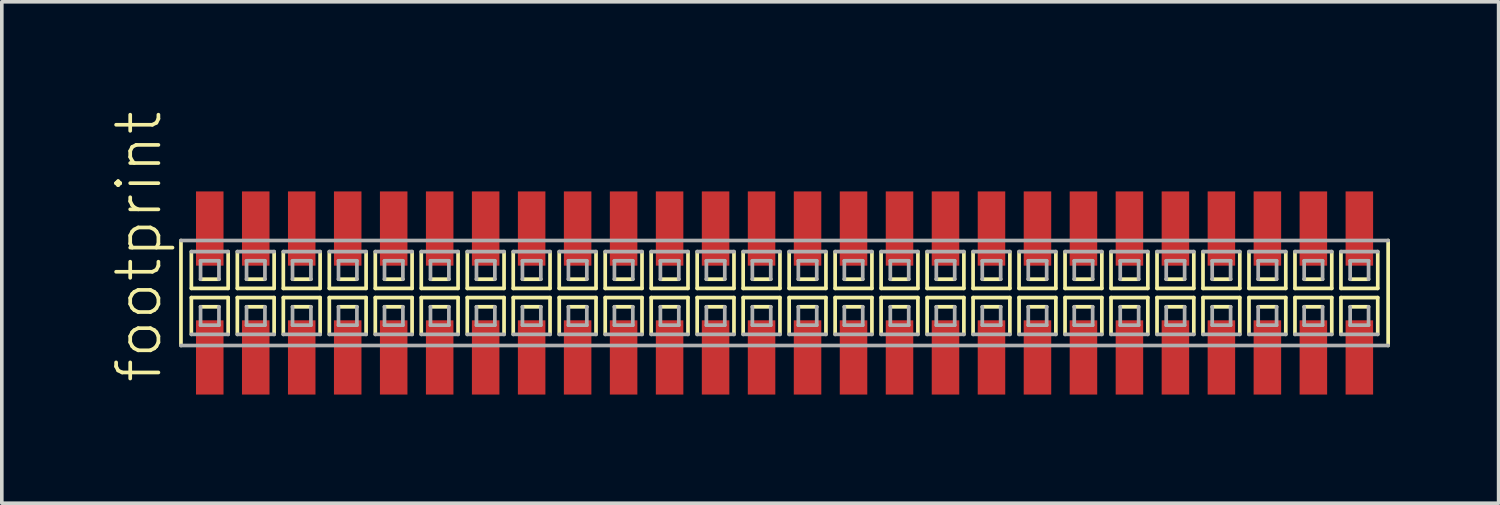
<source format=kicad_pcb>
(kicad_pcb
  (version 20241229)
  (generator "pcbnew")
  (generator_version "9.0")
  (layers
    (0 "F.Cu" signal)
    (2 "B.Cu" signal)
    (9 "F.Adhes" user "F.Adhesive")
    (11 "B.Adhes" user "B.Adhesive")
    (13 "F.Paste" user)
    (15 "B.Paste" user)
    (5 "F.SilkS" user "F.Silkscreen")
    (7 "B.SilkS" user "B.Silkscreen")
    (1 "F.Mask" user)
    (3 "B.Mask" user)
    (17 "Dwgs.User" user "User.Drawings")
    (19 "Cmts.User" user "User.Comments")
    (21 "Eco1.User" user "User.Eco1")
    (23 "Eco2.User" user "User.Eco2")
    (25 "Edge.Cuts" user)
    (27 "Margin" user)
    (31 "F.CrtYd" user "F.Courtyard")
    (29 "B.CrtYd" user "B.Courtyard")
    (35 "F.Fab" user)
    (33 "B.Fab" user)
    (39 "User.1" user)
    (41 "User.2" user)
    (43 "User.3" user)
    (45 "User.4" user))
  (footprint "footprint"
    (layer "F.Cu")
    (at 18.618 5.042)
    (property "Reference" "footprint" (at -17.145 2.54 90) (layer "F.SilkS") (effects (font (size 1.168 1.168) (thickness 0.102)) (justify left bottom)))
    (fp_line (start -16.67 -1.45) (end -16.67 1.45) (stroke (width 0.102) (type solid)) (layer "F.SilkS"))
    (fp_line (start -16.383 -1.143) (end -16.383 -0.127) (stroke (width 0.102) (type solid)) (layer "F.SilkS"))
    (fp_line (start -16.383 -0.127) (end -15.367 -0.127) (stroke (width 0.102) (type solid)) (layer "F.SilkS"))
    (fp_line (start -16.383 0.127) (end -16.383 1.143) (stroke (width 0.102) (type solid)) (layer "F.SilkS"))
    (fp_line (start -16.129 -0.381) (end -15.621 -0.381) (stroke (width 0.102) (type solid)) (layer "F.SilkS"))
    (fp_line (start -15.621 0.381) (end -16.129 0.381) (stroke (width 0.102) (type solid)) (layer "F.SilkS"))
    (fp_line (start -15.367 -0.127) (end -15.367 -1.143) (stroke (width 0.102) (type solid)) (layer "F.SilkS"))
    (fp_line (start -15.367 0.127) (end -16.383 0.127) (stroke (width 0.102) (type solid)) (layer "F.SilkS"))
    (fp_line (start -15.367 1.143) (end -15.367 0.127) (stroke (width 0.102) (type solid)) (layer "F.SilkS"))
    (fp_line (start -15.113 -1.143) (end -15.113 -0.127) (stroke (width 0.102) (type solid)) (layer "F.SilkS"))
    (fp_line (start -15.113 -0.127) (end -14.097 -0.127) (stroke (width 0.102) (type solid)) (layer "F.SilkS"))
    (fp_line (start -15.113 0.127) (end -15.113 1.143) (stroke (width 0.102) (type solid)) (layer "F.SilkS"))
    (fp_line (start -14.859 -0.381) (end -14.351 -0.381) (stroke (width 0.102) (type solid)) (layer "F.SilkS"))
    (fp_line (start -14.351 0.381) (end -14.859 0.381) (stroke (width 0.102) (type solid)) (layer "F.SilkS"))
    (fp_line (start -14.097 -0.127) (end -14.097 -1.143) (stroke (width 0.102) (type solid)) (layer "F.SilkS"))
    (fp_line (start -14.097 0.127) (end -15.113 0.127) (stroke (width 0.102) (type solid)) (layer "F.SilkS"))
    (fp_line (start -14.097 1.143) (end -14.097 0.127) (stroke (width 0.102) (type solid)) (layer "F.SilkS"))
    (fp_line (start -13.843 -1.143) (end -13.843 -0.127) (stroke (width 0.102) (type solid)) (layer "F.SilkS"))
    (fp_line (start -13.843 -0.127) (end -12.827 -0.127) (stroke (width 0.102) (type solid)) (layer "F.SilkS"))
    (fp_line (start -13.843 0.127) (end -13.843 1.143) (stroke (width 0.102) (type solid)) (layer "F.SilkS"))
    (fp_line (start -13.589 -0.381) (end -13.081 -0.381) (stroke (width 0.102) (type solid)) (layer "F.SilkS"))
    (fp_line (start -13.081 0.381) (end -13.589 0.381) (stroke (width 0.102) (type solid)) (layer "F.SilkS"))
    (fp_line (start -12.827 -0.127) (end -12.827 -1.143) (stroke (width 0.102) (type solid)) (layer "F.SilkS"))
    (fp_line (start -12.827 0.127) (end -13.843 0.127) (stroke (width 0.102) (type solid)) (layer "F.SilkS"))
    (fp_line (start -12.827 1.143) (end -12.827 0.127) (stroke (width 0.102) (type solid)) (layer "F.SilkS"))
    (fp_line (start -12.573 -1.143) (end -12.573 -0.127) (stroke (width 0.102) (type solid)) (layer "F.SilkS"))
    (fp_line (start -12.573 -0.127) (end -11.557 -0.127) (stroke (width 0.102) (type solid)) (layer "F.SilkS"))
    (fp_line (start -12.573 0.127) (end -12.573 1.143) (stroke (width 0.102) (type solid)) (layer "F.SilkS"))
    (fp_line (start -12.319 -0.381) (end -11.811 -0.381) (stroke (width 0.102) (type solid)) (layer "F.SilkS"))
    (fp_line (start -11.811 0.381) (end -12.319 0.381) (stroke (width 0.102) (type solid)) (layer "F.SilkS"))
    (fp_line (start -11.557 -0.127) (end -11.557 -1.143) (stroke (width 0.102) (type solid)) (layer "F.SilkS"))
    (fp_line (start -11.557 0.127) (end -12.573 0.127) (stroke (width 0.102) (type solid)) (layer "F.SilkS"))
    (fp_line (start -11.557 1.143) (end -11.557 0.127) (stroke (width 0.102) (type solid)) (layer "F.SilkS"))
    (fp_line (start -11.303 -1.143) (end -11.303 -0.127) (stroke (width 0.102) (type solid)) (layer "F.SilkS"))
    (fp_line (start -11.303 -0.127) (end -10.287 -0.127) (stroke (width 0.102) (type solid)) (layer "F.SilkS"))
    (fp_line (start -11.303 0.127) (end -11.303 1.143) (stroke (width 0.102) (type solid)) (layer "F.SilkS"))
    (fp_line (start -11.049 -0.381) (end -10.541 -0.381) (stroke (width 0.102) (type solid)) (layer "F.SilkS"))
    (fp_line (start -10.541 0.381) (end -11.049 0.381) (stroke (width 0.102) (type solid)) (layer "F.SilkS"))
    (fp_line (start -10.287 -0.127) (end -10.287 -1.143) (stroke (width 0.102) (type solid)) (layer "F.SilkS"))
    (fp_line (start -10.287 0.127) (end -11.303 0.127) (stroke (width 0.102) (type solid)) (layer "F.SilkS"))
    (fp_line (start -10.287 1.143) (end -10.287 0.127) (stroke (width 0.102) (type solid)) (layer "F.SilkS"))
    (fp_line (start -10.033 -1.143) (end -10.033 -0.127) (stroke (width 0.102) (type solid)) (layer "F.SilkS"))
    (fp_line (start -10.033 -0.127) (end -9.017 -0.127) (stroke (width 0.102) (type solid)) (layer "F.SilkS"))
    (fp_line (start -10.033 0.127) (end -10.033 1.143) (stroke (width 0.102) (type solid)) (layer "F.SilkS"))
    (fp_line (start -9.779 -0.381) (end -9.271 -0.381) (stroke (width 0.102) (type solid)) (layer "F.SilkS"))
    (fp_line (start -9.271 0.381) (end -9.779 0.381) (stroke (width 0.102) (type solid)) (layer "F.SilkS"))
    (fp_line (start -9.017 -0.127) (end -9.017 -1.143) (stroke (width 0.102) (type solid)) (layer "F.SilkS"))
    (fp_line (start -9.017 0.127) (end -10.033 0.127) (stroke (width 0.102) (type solid)) (layer "F.SilkS"))
    (fp_line (start -9.017 1.143) (end -9.017 0.127) (stroke (width 0.102) (type solid)) (layer "F.SilkS"))
    (fp_line (start -8.763 -1.143) (end -8.763 -0.127) (stroke (width 0.102) (type solid)) (layer "F.SilkS"))
    (fp_line (start -8.763 -0.127) (end -7.747 -0.127) (stroke (width 0.102) (type solid)) (layer "F.SilkS"))
    (fp_line (start -8.763 0.127) (end -8.763 1.143) (stroke (width 0.102) (type solid)) (layer "F.SilkS"))
    (fp_line (start -8.509 -0.381) (end -8.001 -0.381) (stroke (width 0.102) (type solid)) (layer "F.SilkS"))
    (fp_line (start -8.001 0.381) (end -8.509 0.381) (stroke (width 0.102) (type solid)) (layer "F.SilkS"))
    (fp_line (start -7.747 -0.127) (end -7.747 -1.143) (stroke (width 0.102) (type solid)) (layer "F.SilkS"))
    (fp_line (start -7.747 0.127) (end -8.763 0.127) (stroke (width 0.102) (type solid)) (layer "F.SilkS"))
    (fp_line (start -7.747 1.143) (end -7.747 0.127) (stroke (width 0.102) (type solid)) (layer "F.SilkS"))
    (fp_line (start -7.493 -1.143) (end -7.493 -0.127) (stroke (width 0.102) (type solid)) (layer "F.SilkS"))
    (fp_line (start -7.493 -0.127) (end -6.477 -0.127) (stroke (width 0.102) (type solid)) (layer "F.SilkS"))
    (fp_line (start -7.493 0.127) (end -7.493 1.143) (stroke (width 0.102) (type solid)) (layer "F.SilkS"))
    (fp_line (start -7.239 -0.381) (end -6.731 -0.381) (stroke (width 0.102) (type solid)) (layer "F.SilkS"))
    (fp_line (start -6.731 0.381) (end -7.239 0.381) (stroke (width 0.102) (type solid)) (layer "F.SilkS"))
    (fp_line (start -6.477 -0.127) (end -6.477 -1.143) (stroke (width 0.102) (type solid)) (layer "F.SilkS"))
    (fp_line (start -6.477 0.127) (end -7.493 0.127) (stroke (width 0.102) (type solid)) (layer "F.SilkS"))
    (fp_line (start -6.477 1.143) (end -6.477 0.127) (stroke (width 0.102) (type solid)) (layer "F.SilkS"))
    (fp_line (start -6.223 -1.143) (end -6.223 -0.127) (stroke (width 0.102) (type solid)) (layer "F.SilkS"))
    (fp_line (start -6.223 -0.127) (end -5.207 -0.127) (stroke (width 0.102) (type solid)) (layer "F.SilkS"))
    (fp_line (start -6.223 0.127) (end -6.223 1.143) (stroke (width 0.102) (type solid)) (layer "F.SilkS"))
    (fp_line (start -5.969 -0.381) (end -5.461 -0.381) (stroke (width 0.102) (type solid)) (layer "F.SilkS"))
    (fp_line (start -5.461 0.381) (end -5.969 0.381) (stroke (width 0.102) (type solid)) (layer "F.SilkS"))
    (fp_line (start -5.207 -0.127) (end -5.207 -1.143) (stroke (width 0.102) (type solid)) (layer "F.SilkS"))
    (fp_line (start -5.207 0.127) (end -6.223 0.127) (stroke (width 0.102) (type solid)) (layer "F.SilkS"))
    (fp_line (start -5.207 1.143) (end -5.207 0.127) (stroke (width 0.102) (type solid)) (layer "F.SilkS"))
    (fp_line (start -4.953 -1.143) (end -4.953 -0.127) (stroke (width 0.102) (type solid)) (layer "F.SilkS"))
    (fp_line (start -4.953 -0.127) (end -3.937 -0.127) (stroke (width 0.102) (type solid)) (layer "F.SilkS"))
    (fp_line (start -4.953 0.127) (end -4.953 1.143) (stroke (width 0.102) (type solid)) (layer "F.SilkS"))
    (fp_line (start -4.699 -0.381) (end -4.191 -0.381) (stroke (width 0.102) (type solid)) (layer "F.SilkS"))
    (fp_line (start -4.191 0.381) (end -4.699 0.381) (stroke (width 0.102) (type solid)) (layer "F.SilkS"))
    (fp_line (start -3.937 -0.127) (end -3.937 -1.143) (stroke (width 0.102) (type solid)) (layer "F.SilkS"))
    (fp_line (start -3.937 0.127) (end -4.953 0.127) (stroke (width 0.102) (type solid)) (layer "F.SilkS"))
    (fp_line (start -3.937 1.143) (end -3.937 0.127) (stroke (width 0.102) (type solid)) (layer "F.SilkS"))
    (fp_line (start -3.683 -1.143) (end -3.683 -0.127) (stroke (width 0.102) (type solid)) (layer "F.SilkS"))
    (fp_line (start -3.683 -0.127) (end -2.667 -0.127) (stroke (width 0.102) (type solid)) (layer "F.SilkS"))
    (fp_line (start -3.683 0.127) (end -3.683 1.143) (stroke (width 0.102) (type solid)) (layer "F.SilkS"))
    (fp_line (start -3.429 -0.381) (end -2.921 -0.381) (stroke (width 0.102) (type solid)) (layer "F.SilkS"))
    (fp_line (start -2.921 0.381) (end -3.429 0.381) (stroke (width 0.102) (type solid)) (layer "F.SilkS"))
    (fp_line (start -2.667 -0.127) (end -2.667 -1.143) (stroke (width 0.102) (type solid)) (layer "F.SilkS"))
    (fp_line (start -2.667 0.127) (end -3.683 0.127) (stroke (width 0.102) (type solid)) (layer "F.SilkS"))
    (fp_line (start -2.667 1.143) (end -2.667 0.127) (stroke (width 0.102) (type solid)) (layer "F.SilkS"))
    (fp_line (start -2.413 -1.143) (end -2.413 -0.127) (stroke (width 0.102) (type solid)) (layer "F.SilkS"))
    (fp_line (start -2.413 -0.127) (end -1.397 -0.127) (stroke (width 0.102) (type solid)) (layer "F.SilkS"))
    (fp_line (start -2.413 0.127) (end -2.413 1.143) (stroke (width 0.102) (type solid)) (layer "F.SilkS"))
    (fp_line (start -2.159 -0.381) (end -1.651 -0.381) (stroke (width 0.102) (type solid)) (layer "F.SilkS"))
    (fp_line (start -1.651 0.381) (end -2.159 0.381) (stroke (width 0.102) (type solid)) (layer "F.SilkS"))
    (fp_line (start -1.397 -0.127) (end -1.397 -1.143) (stroke (width 0.102) (type solid)) (layer "F.SilkS"))
    (fp_line (start -1.397 0.127) (end -2.413 0.127) (stroke (width 0.102) (type solid)) (layer "F.SilkS"))
    (fp_line (start -1.397 1.143) (end -1.397 0.127) (stroke (width 0.102) (type solid)) (layer "F.SilkS"))
    (fp_line (start -1.143 -1.143) (end -1.143 -0.127) (stroke (width 0.102) (type solid)) (layer "F.SilkS"))
    (fp_line (start -1.143 -0.127) (end -0.127 -0.127) (stroke (width 0.102) (type solid)) (layer "F.SilkS"))
    (fp_line (start -1.143 0.127) (end -1.143 1.143) (stroke (width 0.102) (type solid)) (layer "F.SilkS"))
    (fp_line (start -0.889 -0.381) (end -0.381 -0.381) (stroke (width 0.102) (type solid)) (layer "F.SilkS"))
    (fp_line (start -0.381 0.381) (end -0.889 0.381) (stroke (width 0.102) (type solid)) (layer "F.SilkS"))
    (fp_line (start -0.127 -0.127) (end -0.127 -1.143) (stroke (width 0.102) (type solid)) (layer "F.SilkS"))
    (fp_line (start -0.127 0.127) (end -1.143 0.127) (stroke (width 0.102) (type solid)) (layer "F.SilkS"))
    (fp_line (start -0.127 1.143) (end -0.127 0.127) (stroke (width 0.102) (type solid)) (layer "F.SilkS"))
    (fp_line (start 0.127 -1.143) (end 0.127 -0.127) (stroke (width 0.102) (type solid)) (layer "F.SilkS"))
    (fp_line (start 0.127 -0.127) (end 1.143 -0.127) (stroke (width 0.102) (type solid)) (layer "F.SilkS"))
    (fp_line (start 0.127 0.127) (end 0.127 1.143) (stroke (width 0.102) (type solid)) (layer "F.SilkS"))
    (fp_line (start 0.381 -0.381) (end 0.889 -0.381) (stroke (width 0.102) (type solid)) (layer "F.SilkS"))
    (fp_line (start 0.889 0.381) (end 0.381 0.381) (stroke (width 0.102) (type solid)) (layer "F.SilkS"))
    (fp_line (start 1.143 -0.127) (end 1.143 -1.143) (stroke (width 0.102) (type solid)) (layer "F.SilkS"))
    (fp_line (start 1.143 0.127) (end 0.127 0.127) (stroke (width 0.102) (type solid)) (layer "F.SilkS"))
    (fp_line (start 1.143 1.143) (end 1.143 0.127) (stroke (width 0.102) (type solid)) (layer "F.SilkS"))
    (fp_line (start 1.397 -1.143) (end 1.397 -0.127) (stroke (width 0.102) (type solid)) (layer "F.SilkS"))
    (fp_line (start 1.397 -0.127) (end 2.413 -0.127) (stroke (width 0.102) (type solid)) (layer "F.SilkS"))
    (fp_line (start 1.397 0.127) (end 1.397 1.143) (stroke (width 0.102) (type solid)) (layer "F.SilkS"))
    (fp_line (start 1.651 -0.381) (end 2.159 -0.381) (stroke (width 0.102) (type solid)) (layer "F.SilkS"))
    (fp_line (start 2.159 0.381) (end 1.651 0.381) (stroke (width 0.102) (type solid)) (layer "F.SilkS"))
    (fp_line (start 2.413 -0.127) (end 2.413 -1.143) (stroke (width 0.102) (type solid)) (layer "F.SilkS"))
    (fp_line (start 2.413 0.127) (end 1.397 0.127) (stroke (width 0.102) (type solid)) (layer "F.SilkS"))
    (fp_line (start 2.413 1.143) (end 2.413 0.127) (stroke (width 0.102) (type solid)) (layer "F.SilkS"))
    (fp_line (start 2.667 -1.143) (end 2.667 -0.127) (stroke (width 0.102) (type solid)) (layer "F.SilkS"))
    (fp_line (start 2.667 -0.127) (end 3.683 -0.127) (stroke (width 0.102) (type solid)) (layer "F.SilkS"))
    (fp_line (start 2.667 0.127) (end 2.667 1.143) (stroke (width 0.102) (type solid)) (layer "F.SilkS"))
    (fp_line (start 2.921 -0.381) (end 3.429 -0.381) (stroke (width 0.102) (type solid)) (layer "F.SilkS"))
    (fp_line (start 3.429 0.381) (end 2.921 0.381) (stroke (width 0.102) (type solid)) (layer "F.SilkS"))
    (fp_line (start 3.683 -0.127) (end 3.683 -1.143) (stroke (width 0.102) (type solid)) (layer "F.SilkS"))
    (fp_line (start 3.683 0.127) (end 2.667 0.127) (stroke (width 0.102) (type solid)) (layer "F.SilkS"))
    (fp_line (start 3.683 1.143) (end 3.683 0.127) (stroke (width 0.102) (type solid)) (layer "F.SilkS"))
    (fp_line (start 3.937 -1.143) (end 3.937 -0.127) (stroke (width 0.102) (type solid)) (layer "F.SilkS"))
    (fp_line (start 3.937 -0.127) (end 4.953 -0.127) (stroke (width 0.102) (type solid)) (layer "F.SilkS"))
    (fp_line (start 3.937 0.127) (end 3.937 1.143) (stroke (width 0.102) (type solid)) (layer "F.SilkS"))
    (fp_line (start 4.191 -0.381) (end 4.699 -0.381) (stroke (width 0.102) (type solid)) (layer "F.SilkS"))
    (fp_line (start 4.699 0.381) (end 4.191 0.381) (stroke (width 0.102) (type solid)) (layer "F.SilkS"))
    (fp_line (start 4.953 -0.127) (end 4.953 -1.143) (stroke (width 0.102) (type solid)) (layer "F.SilkS"))
    (fp_line (start 4.953 0.127) (end 3.937 0.127) (stroke (width 0.102) (type solid)) (layer "F.SilkS"))
    (fp_line (start 4.953 1.143) (end 4.953 0.127) (stroke (width 0.102) (type solid)) (layer "F.SilkS"))
    (fp_line (start 5.207 -1.143) (end 5.207 -0.127) (stroke (width 0.102) (type solid)) (layer "F.SilkS"))
    (fp_line (start 5.207 -0.127) (end 6.223 -0.127) (stroke (width 0.102) (type solid)) (layer "F.SilkS"))
    (fp_line (start 5.207 0.127) (end 5.207 1.143) (stroke (width 0.102) (type solid)) (layer "F.SilkS"))
    (fp_line (start 5.461 -0.381) (end 5.969 -0.381) (stroke (width 0.102) (type solid)) (layer "F.SilkS"))
    (fp_line (start 5.969 0.381) (end 5.461 0.381) (stroke (width 0.102) (type solid)) (layer "F.SilkS"))
    (fp_line (start 6.223 -0.127) (end 6.223 -1.143) (stroke (width 0.102) (type solid)) (layer "F.SilkS"))
    (fp_line (start 6.223 0.127) (end 5.207 0.127) (stroke (width 0.102) (type solid)) (layer "F.SilkS"))
    (fp_line (start 6.223 1.143) (end 6.223 0.127) (stroke (width 0.102) (type solid)) (layer "F.SilkS"))
    (fp_line (start 6.477 -1.143) (end 6.477 -0.127) (stroke (width 0.102) (type solid)) (layer "F.SilkS"))
    (fp_line (start 6.477 -0.127) (end 7.493 -0.127) (stroke (width 0.102) (type solid)) (layer "F.SilkS"))
    (fp_line (start 6.477 0.127) (end 6.477 1.143) (stroke (width 0.102) (type solid)) (layer "F.SilkS"))
    (fp_line (start 6.731 -0.381) (end 7.239 -0.381) (stroke (width 0.102) (type solid)) (layer "F.SilkS"))
    (fp_line (start 7.239 0.381) (end 6.731 0.381) (stroke (width 0.102) (type solid)) (layer "F.SilkS"))
    (fp_line (start 7.493 -0.127) (end 7.493 -1.143) (stroke (width 0.102) (type solid)) (layer "F.SilkS"))
    (fp_line (start 7.493 0.127) (end 6.477 0.127) (stroke (width 0.102) (type solid)) (layer "F.SilkS"))
    (fp_line (start 7.493 1.143) (end 7.493 0.127) (stroke (width 0.102) (type solid)) (layer "F.SilkS"))
    (fp_line (start 7.747 -1.143) (end 7.747 -0.127) (stroke (width 0.102) (type solid)) (layer "F.SilkS"))
    (fp_line (start 7.747 -0.127) (end 8.763 -0.127) (stroke (width 0.102) (type solid)) (layer "F.SilkS"))
    (fp_line (start 7.747 0.127) (end 7.747 1.143) (stroke (width 0.102) (type solid)) (layer "F.SilkS"))
    (fp_line (start 8.001 -0.381) (end 8.509 -0.381) (stroke (width 0.102) (type solid)) (layer "F.SilkS"))
    (fp_line (start 8.509 0.381) (end 8.001 0.381) (stroke (width 0.102) (type solid)) (layer "F.SilkS"))
    (fp_line (start 8.763 -0.127) (end 8.763 -1.143) (stroke (width 0.102) (type solid)) (layer "F.SilkS"))
    (fp_line (start 8.763 0.127) (end 7.747 0.127) (stroke (width 0.102) (type solid)) (layer "F.SilkS"))
    (fp_line (start 8.763 1.143) (end 8.763 0.127) (stroke (width 0.102) (type solid)) (layer "F.SilkS"))
    (fp_line (start 9.017 -1.143) (end 9.017 -0.127) (stroke (width 0.102) (type solid)) (layer "F.SilkS"))
    (fp_line (start 9.017 -0.127) (end 10.033 -0.127) (stroke (width 0.102) (type solid)) (layer "F.SilkS"))
    (fp_line (start 9.017 0.127) (end 9.017 1.143) (stroke (width 0.102) (type solid)) (layer "F.SilkS"))
    (fp_line (start 9.271 -0.381) (end 9.779 -0.381) (stroke (width 0.102) (type solid)) (layer "F.SilkS"))
    (fp_line (start 9.779 0.381) (end 9.271 0.381) (stroke (width 0.102) (type solid)) (layer "F.SilkS"))
    (fp_line (start 10.033 -0.127) (end 10.033 -1.143) (stroke (width 0.102) (type solid)) (layer "F.SilkS"))
    (fp_line (start 10.033 0.127) (end 9.017 0.127) (stroke (width 0.102) (type solid)) (layer "F.SilkS"))
    (fp_line (start 10.033 1.143) (end 10.033 0.127) (stroke (width 0.102) (type solid)) (layer "F.SilkS"))
    (fp_line (start 10.287 -1.143) (end 10.287 -0.127) (stroke (width 0.102) (type solid)) (layer "F.SilkS"))
    (fp_line (start 10.287 -0.127) (end 11.303 -0.127) (stroke (width 0.102) (type solid)) (layer "F.SilkS"))
    (fp_line (start 10.287 0.127) (end 10.287 1.143) (stroke (width 0.102) (type solid)) (layer "F.SilkS"))
    (fp_line (start 10.541 -0.381) (end 11.049 -0.381) (stroke (width 0.102) (type solid)) (layer "F.SilkS"))
    (fp_line (start 11.049 0.381) (end 10.541 0.381) (stroke (width 0.102) (type solid)) (layer "F.SilkS"))
    (fp_line (start 11.303 -0.127) (end 11.303 -1.143) (stroke (width 0.102) (type solid)) (layer "F.SilkS"))
    (fp_line (start 11.303 0.127) (end 10.287 0.127) (stroke (width 0.102) (type solid)) (layer "F.SilkS"))
    (fp_line (start 11.303 1.143) (end 11.303 0.127) (stroke (width 0.102) (type solid)) (layer "F.SilkS"))
    (fp_line (start 11.557 -1.143) (end 11.557 -0.127) (stroke (width 0.102) (type solid)) (layer "F.SilkS"))
    (fp_line (start 11.557 -0.127) (end 12.573 -0.127) (stroke (width 0.102) (type solid)) (layer "F.SilkS"))
    (fp_line (start 11.557 0.127) (end 11.557 1.143) (stroke (width 0.102) (type solid)) (layer "F.SilkS"))
    (fp_line (start 11.811 -0.381) (end 12.319 -0.381) (stroke (width 0.102) (type solid)) (layer "F.SilkS"))
    (fp_line (start 12.319 0.381) (end 11.811 0.381) (stroke (width 0.102) (type solid)) (layer "F.SilkS"))
    (fp_line (start 12.573 -0.127) (end 12.573 -1.143) (stroke (width 0.102) (type solid)) (layer "F.SilkS"))
    (fp_line (start 12.573 0.127) (end 11.557 0.127) (stroke (width 0.102) (type solid)) (layer "F.SilkS"))
    (fp_line (start 12.573 1.143) (end 12.573 0.127) (stroke (width 0.102) (type solid)) (layer "F.SilkS"))
    (fp_line (start 12.827 -1.143) (end 12.827 -0.127) (stroke (width 0.102) (type solid)) (layer "F.SilkS"))
    (fp_line (start 12.827 -0.127) (end 13.843 -0.127) (stroke (width 0.102) (type solid)) (layer "F.SilkS"))
    (fp_line (start 12.827 0.127) (end 12.827 1.143) (stroke (width 0.102) (type solid)) (layer "F.SilkS"))
    (fp_line (start 13.081 -0.381) (end 13.589 -0.381) (stroke (width 0.102) (type solid)) (layer "F.SilkS"))
    (fp_line (start 13.589 0.381) (end 13.081 0.381) (stroke (width 0.102) (type solid)) (layer "F.SilkS"))
    (fp_line (start 13.843 -0.127) (end 13.843 -1.143) (stroke (width 0.102) (type solid)) (layer "F.SilkS"))
    (fp_line (start 13.843 0.127) (end 12.827 0.127) (stroke (width 0.102) (type solid)) (layer "F.SilkS"))
    (fp_line (start 13.843 1.143) (end 13.843 0.127) (stroke (width 0.102) (type solid)) (layer "F.SilkS"))
    (fp_line (start 14.097 -1.143) (end 14.097 -0.127) (stroke (width 0.102) (type solid)) (layer "F.SilkS"))
    (fp_line (start 14.097 -0.127) (end 15.113 -0.127) (stroke (width 0.102) (type solid)) (layer "F.SilkS"))
    (fp_line (start 14.097 0.127) (end 14.097 1.143) (stroke (width 0.102) (type solid)) (layer "F.SilkS"))
    (fp_line (start 14.351 -0.381) (end 14.859 -0.381) (stroke (width 0.102) (type solid)) (layer "F.SilkS"))
    (fp_line (start 14.859 0.381) (end 14.351 0.381) (stroke (width 0.102) (type solid)) (layer "F.SilkS"))
    (fp_line (start 15.113 -0.127) (end 15.113 -1.143) (stroke (width 0.102) (type solid)) (layer "F.SilkS"))
    (fp_line (start 15.113 0.127) (end 14.097 0.127) (stroke (width 0.102) (type solid)) (layer "F.SilkS"))
    (fp_line (start 15.113 1.143) (end 15.113 0.127) (stroke (width 0.102) (type solid)) (layer "F.SilkS"))
    (fp_line (start 15.367 -1.143) (end 15.367 -0.127) (stroke (width 0.102) (type solid)) (layer "F.SilkS"))
    (fp_line (start 15.367 -0.127) (end 16.383 -0.127) (stroke (width 0.102) (type solid)) (layer "F.SilkS"))
    (fp_line (start 15.367 0.127) (end 15.367 1.143) (stroke (width 0.102) (type solid)) (layer "F.SilkS"))
    (fp_line (start 15.621 -0.381) (end 16.129 -0.381) (stroke (width 0.102) (type solid)) (layer "F.SilkS"))
    (fp_line (start 16.129 0.381) (end 15.621 0.381) (stroke (width 0.102) (type solid)) (layer "F.SilkS"))
    (fp_line (start 16.383 -0.127) (end 16.383 -1.143) (stroke (width 0.102) (type solid)) (layer "F.SilkS"))
    (fp_line (start 16.383 0.127) (end 15.367 0.127) (stroke (width 0.102) (type solid)) (layer "F.SilkS"))
    (fp_line (start 16.383 1.143) (end 16.383 0.127) (stroke (width 0.102) (type solid)) (layer "F.SilkS"))
    (fp_line (start 16.67 1.45) (end 16.67 -1.45) (stroke (width 0.102) (type solid)) (layer "F.SilkS"))
    (fp_line (start -16.67 1.45) (end 16.67 1.45) (stroke (width 0.102) (type solid)) (layer "F.Fab"))
    (fp_line (start -16.383 1.143) (end -15.367 1.143) (stroke (width 0.102) (type solid)) (layer "F.Fab"))
    (fp_line (start -16.129 -0.889) (end -16.129 -0.381) (stroke (width 0.102) (type solid)) (layer "F.Fab"))
    (fp_line (start -16.129 0.381) (end -16.129 0.889) (stroke (width 0.102) (type solid)) (layer "F.Fab"))
    (fp_line (start -16.129 0.889) (end -15.621 0.889) (stroke (width 0.102) (type solid)) (layer "F.Fab"))
    (fp_line (start -15.621 -0.889) (end -16.129 -0.889) (stroke (width 0.102) (type solid)) (layer "F.Fab"))
    (fp_line (start -15.621 -0.381) (end -15.621 -0.889) (stroke (width 0.102) (type solid)) (layer "F.Fab"))
    (fp_line (start -15.621 0.889) (end -15.621 0.381) (stroke (width 0.102) (type solid)) (layer "F.Fab"))
    (fp_line (start -15.367 -1.143) (end -16.383 -1.143) (stroke (width 0.102) (type solid)) (layer "F.Fab"))
    (fp_line (start -15.113 1.143) (end -14.097 1.143) (stroke (width 0.102) (type solid)) (layer "F.Fab"))
    (fp_line (start -14.859 -0.889) (end -14.859 -0.381) (stroke (width 0.102) (type solid)) (layer "F.Fab"))
    (fp_line (start -14.859 0.381) (end -14.859 0.889) (stroke (width 0.102) (type solid)) (layer "F.Fab"))
    (fp_line (start -14.859 0.889) (end -14.351 0.889) (stroke (width 0.102) (type solid)) (layer "F.Fab"))
    (fp_line (start -14.351 -0.889) (end -14.859 -0.889) (stroke (width 0.102) (type solid)) (layer "F.Fab"))
    (fp_line (start -14.351 -0.381) (end -14.351 -0.889) (stroke (width 0.102) (type solid)) (layer "F.Fab"))
    (fp_line (start -14.351 0.889) (end -14.351 0.381) (stroke (width 0.102) (type solid)) (layer "F.Fab"))
    (fp_line (start -14.097 -1.143) (end -15.113 -1.143) (stroke (width 0.102) (type solid)) (layer "F.Fab"))
    (fp_line (start -13.843 1.143) (end -12.827 1.143) (stroke (width 0.102) (type solid)) (layer "F.Fab"))
    (fp_line (start -13.589 -0.889) (end -13.589 -0.381) (stroke (width 0.102) (type solid)) (layer "F.Fab"))
    (fp_line (start -13.589 0.381) (end -13.589 0.889) (stroke (width 0.102) (type solid)) (layer "F.Fab"))
    (fp_line (start -13.589 0.889) (end -13.081 0.889) (stroke (width 0.102) (type solid)) (layer "F.Fab"))
    (fp_line (start -13.081 -0.889) (end -13.589 -0.889) (stroke (width 0.102) (type solid)) (layer "F.Fab"))
    (fp_line (start -13.081 -0.381) (end -13.081 -0.889) (stroke (width 0.102) (type solid)) (layer "F.Fab"))
    (fp_line (start -13.081 0.889) (end -13.081 0.381) (stroke (width 0.102) (type solid)) (layer "F.Fab"))
    (fp_line (start -12.827 -1.143) (end -13.843 -1.143) (stroke (width 0.102) (type solid)) (layer "F.Fab"))
    (fp_line (start -12.573 1.143) (end -11.557 1.143) (stroke (width 0.102) (type solid)) (layer "F.Fab"))
    (fp_line (start -12.319 -0.889) (end -12.319 -0.381) (stroke (width 0.102) (type solid)) (layer "F.Fab"))
    (fp_line (start -12.319 0.381) (end -12.319 0.889) (stroke (width 0.102) (type solid)) (layer "F.Fab"))
    (fp_line (start -12.319 0.889) (end -11.811 0.889) (stroke (width 0.102) (type solid)) (layer "F.Fab"))
    (fp_line (start -11.811 -0.889) (end -12.319 -0.889) (stroke (width 0.102) (type solid)) (layer "F.Fab"))
    (fp_line (start -11.811 -0.381) (end -11.811 -0.889) (stroke (width 0.102) (type solid)) (layer "F.Fab"))
    (fp_line (start -11.811 0.889) (end -11.811 0.381) (stroke (width 0.102) (type solid)) (layer "F.Fab"))
    (fp_line (start -11.557 -1.143) (end -12.573 -1.143) (stroke (width 0.102) (type solid)) (layer "F.Fab"))
    (fp_line (start -11.303 1.143) (end -10.287 1.143) (stroke (width 0.102) (type solid)) (layer "F.Fab"))
    (fp_line (start -11.049 -0.889) (end -11.049 -0.381) (stroke (width 0.102) (type solid)) (layer "F.Fab"))
    (fp_line (start -11.049 0.381) (end -11.049 0.889) (stroke (width 0.102) (type solid)) (layer "F.Fab"))
    (fp_line (start -11.049 0.889) (end -10.541 0.889) (stroke (width 0.102) (type solid)) (layer "F.Fab"))
    (fp_line (start -10.541 -0.889) (end -11.049 -0.889) (stroke (width 0.102) (type solid)) (layer "F.Fab"))
    (fp_line (start -10.541 -0.381) (end -10.541 -0.889) (stroke (width 0.102) (type solid)) (layer "F.Fab"))
    (fp_line (start -10.541 0.889) (end -10.541 0.381) (stroke (width 0.102) (type solid)) (layer "F.Fab"))
    (fp_line (start -10.287 -1.143) (end -11.303 -1.143) (stroke (width 0.102) (type solid)) (layer "F.Fab"))
    (fp_line (start -10.033 1.143) (end -9.017 1.143) (stroke (width 0.102) (type solid)) (layer "F.Fab"))
    (fp_line (start -9.779 -0.889) (end -9.779 -0.381) (stroke (width 0.102) (type solid)) (layer "F.Fab"))
    (fp_line (start -9.779 0.381) (end -9.779 0.889) (stroke (width 0.102) (type solid)) (layer "F.Fab"))
    (fp_line (start -9.779 0.889) (end -9.271 0.889) (stroke (width 0.102) (type solid)) (layer "F.Fab"))
    (fp_line (start -9.271 -0.889) (end -9.779 -0.889) (stroke (width 0.102) (type solid)) (layer "F.Fab"))
    (fp_line (start -9.271 -0.381) (end -9.271 -0.889) (stroke (width 0.102) (type solid)) (layer "F.Fab"))
    (fp_line (start -9.271 0.889) (end -9.271 0.381) (stroke (width 0.102) (type solid)) (layer "F.Fab"))
    (fp_line (start -9.017 -1.143) (end -10.033 -1.143) (stroke (width 0.102) (type solid)) (layer "F.Fab"))
    (fp_line (start -8.763 1.143) (end -7.747 1.143) (stroke (width 0.102) (type solid)) (layer "F.Fab"))
    (fp_line (start -8.509 -0.889) (end -8.509 -0.381) (stroke (width 0.102) (type solid)) (layer "F.Fab"))
    (fp_line (start -8.509 0.381) (end -8.509 0.889) (stroke (width 0.102) (type solid)) (layer "F.Fab"))
    (fp_line (start -8.509 0.889) (end -8.001 0.889) (stroke (width 0.102) (type solid)) (layer "F.Fab"))
    (fp_line (start -8.001 -0.889) (end -8.509 -0.889) (stroke (width 0.102) (type solid)) (layer "F.Fab"))
    (fp_line (start -8.001 -0.381) (end -8.001 -0.889) (stroke (width 0.102) (type solid)) (layer "F.Fab"))
    (fp_line (start -8.001 0.889) (end -8.001 0.381) (stroke (width 0.102) (type solid)) (layer "F.Fab"))
    (fp_line (start -7.747 -1.143) (end -8.763 -1.143) (stroke (width 0.102) (type solid)) (layer "F.Fab"))
    (fp_line (start -7.493 1.143) (end -6.477 1.143) (stroke (width 0.102) (type solid)) (layer "F.Fab"))
    (fp_line (start -7.239 -0.889) (end -7.239 -0.381) (stroke (width 0.102) (type solid)) (layer "F.Fab"))
    (fp_line (start -7.239 0.381) (end -7.239 0.889) (stroke (width 0.102) (type solid)) (layer "F.Fab"))
    (fp_line (start -7.239 0.889) (end -6.731 0.889) (stroke (width 0.102) (type solid)) (layer "F.Fab"))
    (fp_line (start -6.731 -0.889) (end -7.239 -0.889) (stroke (width 0.102) (type solid)) (layer "F.Fab"))
    (fp_line (start -6.731 -0.381) (end -6.731 -0.889) (stroke (width 0.102) (type solid)) (layer "F.Fab"))
    (fp_line (start -6.731 0.889) (end -6.731 0.381) (stroke (width 0.102) (type solid)) (layer "F.Fab"))
    (fp_line (start -6.477 -1.143) (end -7.493 -1.143) (stroke (width 0.102) (type solid)) (layer "F.Fab"))
    (fp_line (start -6.223 1.143) (end -5.207 1.143) (stroke (width 0.102) (type solid)) (layer "F.Fab"))
    (fp_line (start -5.969 -0.889) (end -5.969 -0.381) (stroke (width 0.102) (type solid)) (layer "F.Fab"))
    (fp_line (start -5.969 0.381) (end -5.969 0.889) (stroke (width 0.102) (type solid)) (layer "F.Fab"))
    (fp_line (start -5.969 0.889) (end -5.461 0.889) (stroke (width 0.102) (type solid)) (layer "F.Fab"))
    (fp_line (start -5.461 -0.889) (end -5.969 -0.889) (stroke (width 0.102) (type solid)) (layer "F.Fab"))
    (fp_line (start -5.461 -0.381) (end -5.461 -0.889) (stroke (width 0.102) (type solid)) (layer "F.Fab"))
    (fp_line (start -5.461 0.889) (end -5.461 0.381) (stroke (width 0.102) (type solid)) (layer "F.Fab"))
    (fp_line (start -5.207 -1.143) (end -6.223 -1.143) (stroke (width 0.102) (type solid)) (layer "F.Fab"))
    (fp_line (start -4.953 1.143) (end -3.937 1.143) (stroke (width 0.102) (type solid)) (layer "F.Fab"))
    (fp_line (start -4.699 -0.889) (end -4.699 -0.381) (stroke (width 0.102) (type solid)) (layer "F.Fab"))
    (fp_line (start -4.699 0.381) (end -4.699 0.889) (stroke (width 0.102) (type solid)) (layer "F.Fab"))
    (fp_line (start -4.699 0.889) (end -4.191 0.889) (stroke (width 0.102) (type solid)) (layer "F.Fab"))
    (fp_line (start -4.191 -0.889) (end -4.699 -0.889) (stroke (width 0.102) (type solid)) (layer "F.Fab"))
    (fp_line (start -4.191 -0.381) (end -4.191 -0.889) (stroke (width 0.102) (type solid)) (layer "F.Fab"))
    (fp_line (start -4.191 0.889) (end -4.191 0.381) (stroke (width 0.102) (type solid)) (layer "F.Fab"))
    (fp_line (start -3.937 -1.143) (end -4.953 -1.143) (stroke (width 0.102) (type solid)) (layer "F.Fab"))
    (fp_line (start -3.683 1.143) (end -2.667 1.143) (stroke (width 0.102) (type solid)) (layer "F.Fab"))
    (fp_line (start -3.429 -0.889) (end -3.429 -0.381) (stroke (width 0.102) (type solid)) (layer "F.Fab"))
    (fp_line (start -3.429 0.381) (end -3.429 0.889) (stroke (width 0.102) (type solid)) (layer "F.Fab"))
    (fp_line (start -3.429 0.889) (end -2.921 0.889) (stroke (width 0.102) (type solid)) (layer "F.Fab"))
    (fp_line (start -2.921 -0.889) (end -3.429 -0.889) (stroke (width 0.102) (type solid)) (layer "F.Fab"))
    (fp_line (start -2.921 -0.381) (end -2.921 -0.889) (stroke (width 0.102) (type solid)) (layer "F.Fab"))
    (fp_line (start -2.921 0.889) (end -2.921 0.381) (stroke (width 0.102) (type solid)) (layer "F.Fab"))
    (fp_line (start -2.667 -1.143) (end -3.683 -1.143) (stroke (width 0.102) (type solid)) (layer "F.Fab"))
    (fp_line (start -2.413 1.143) (end -1.397 1.143) (stroke (width 0.102) (type solid)) (layer "F.Fab"))
    (fp_line (start -2.159 -0.889) (end -2.159 -0.381) (stroke (width 0.102) (type solid)) (layer "F.Fab"))
    (fp_line (start -2.159 0.381) (end -2.159 0.889) (stroke (width 0.102) (type solid)) (layer "F.Fab"))
    (fp_line (start -2.159 0.889) (end -1.651 0.889) (stroke (width 0.102) (type solid)) (layer "F.Fab"))
    (fp_line (start -1.651 -0.889) (end -2.159 -0.889) (stroke (width 0.102) (type solid)) (layer "F.Fab"))
    (fp_line (start -1.651 -0.381) (end -1.651 -0.889) (stroke (width 0.102) (type solid)) (layer "F.Fab"))
    (fp_line (start -1.651 0.889) (end -1.651 0.381) (stroke (width 0.102) (type solid)) (layer "F.Fab"))
    (fp_line (start -1.397 -1.143) (end -2.413 -1.143) (stroke (width 0.102) (type solid)) (layer "F.Fab"))
    (fp_line (start -1.143 1.143) (end -0.127 1.143) (stroke (width 0.102) (type solid)) (layer "F.Fab"))
    (fp_line (start -0.889 -0.889) (end -0.889 -0.381) (stroke (width 0.102) (type solid)) (layer "F.Fab"))
    (fp_line (start -0.889 0.381) (end -0.889 0.889) (stroke (width 0.102) (type solid)) (layer "F.Fab"))
    (fp_line (start -0.889 0.889) (end -0.381 0.889) (stroke (width 0.102) (type solid)) (layer "F.Fab"))
    (fp_line (start -0.381 -0.889) (end -0.889 -0.889) (stroke (width 0.102) (type solid)) (layer "F.Fab"))
    (fp_line (start -0.381 -0.381) (end -0.381 -0.889) (stroke (width 0.102) (type solid)) (layer "F.Fab"))
    (fp_line (start -0.381 0.889) (end -0.381 0.381) (stroke (width 0.102) (type solid)) (layer "F.Fab"))
    (fp_line (start -0.127 -1.143) (end -1.143 -1.143) (stroke (width 0.102) (type solid)) (layer "F.Fab"))
    (fp_line (start 0.127 1.143) (end 1.143 1.143) (stroke (width 0.102) (type solid)) (layer "F.Fab"))
    (fp_line (start 0.381 -0.889) (end 0.381 -0.381) (stroke (width 0.102) (type solid)) (layer "F.Fab"))
    (fp_line (start 0.381 0.381) (end 0.381 0.889) (stroke (width 0.102) (type solid)) (layer "F.Fab"))
    (fp_line (start 0.381 0.889) (end 0.889 0.889) (stroke (width 0.102) (type solid)) (layer "F.Fab"))
    (fp_line (start 0.889 -0.889) (end 0.381 -0.889) (stroke (width 0.102) (type solid)) (layer "F.Fab"))
    (fp_line (start 0.889 -0.381) (end 0.889 -0.889) (stroke (width 0.102) (type solid)) (layer "F.Fab"))
    (fp_line (start 0.889 0.889) (end 0.889 0.381) (stroke (width 0.102) (type solid)) (layer "F.Fab"))
    (fp_line (start 1.143 -1.143) (end 0.127 -1.143) (stroke (width 0.102) (type solid)) (layer "F.Fab"))
    (fp_line (start 1.397 1.143) (end 2.413 1.143) (stroke (width 0.102) (type solid)) (layer "F.Fab"))
    (fp_line (start 1.651 -0.889) (end 1.651 -0.381) (stroke (width 0.102) (type solid)) (layer "F.Fab"))
    (fp_line (start 1.651 0.381) (end 1.651 0.889) (stroke (width 0.102) (type solid)) (layer "F.Fab"))
    (fp_line (start 1.651 0.889) (end 2.159 0.889) (stroke (width 0.102) (type solid)) (layer "F.Fab"))
    (fp_line (start 2.159 -0.889) (end 1.651 -0.889) (stroke (width 0.102) (type solid)) (layer "F.Fab"))
    (fp_line (start 2.159 -0.381) (end 2.159 -0.889) (stroke (width 0.102) (type solid)) (layer "F.Fab"))
    (fp_line (start 2.159 0.889) (end 2.159 0.381) (stroke (width 0.102) (type solid)) (layer "F.Fab"))
    (fp_line (start 2.413 -1.143) (end 1.397 -1.143) (stroke (width 0.102) (type solid)) (layer "F.Fab"))
    (fp_line (start 2.667 1.143) (end 3.683 1.143) (stroke (width 0.102) (type solid)) (layer "F.Fab"))
    (fp_line (start 2.921 -0.889) (end 2.921 -0.381) (stroke (width 0.102) (type solid)) (layer "F.Fab"))
    (fp_line (start 2.921 0.381) (end 2.921 0.889) (stroke (width 0.102) (type solid)) (layer "F.Fab"))
    (fp_line (start 2.921 0.889) (end 3.429 0.889) (stroke (width 0.102) (type solid)) (layer "F.Fab"))
    (fp_line (start 3.429 -0.889) (end 2.921 -0.889) (stroke (width 0.102) (type solid)) (layer "F.Fab"))
    (fp_line (start 3.429 -0.381) (end 3.429 -0.889) (stroke (width 0.102) (type solid)) (layer "F.Fab"))
    (fp_line (start 3.429 0.889) (end 3.429 0.381) (stroke (width 0.102) (type solid)) (layer "F.Fab"))
    (fp_line (start 3.683 -1.143) (end 2.667 -1.143) (stroke (width 0.102) (type solid)) (layer "F.Fab"))
    (fp_line (start 3.937 1.143) (end 4.953 1.143) (stroke (width 0.102) (type solid)) (layer "F.Fab"))
    (fp_line (start 4.191 -0.889) (end 4.191 -0.381) (stroke (width 0.102) (type solid)) (layer "F.Fab"))
    (fp_line (start 4.191 0.381) (end 4.191 0.889) (stroke (width 0.102) (type solid)) (layer "F.Fab"))
    (fp_line (start 4.191 0.889) (end 4.699 0.889) (stroke (width 0.102) (type solid)) (layer "F.Fab"))
    (fp_line (start 4.699 -0.889) (end 4.191 -0.889) (stroke (width 0.102) (type solid)) (layer "F.Fab"))
    (fp_line (start 4.699 -0.381) (end 4.699 -0.889) (stroke (width 0.102) (type solid)) (layer "F.Fab"))
    (fp_line (start 4.699 0.889) (end 4.699 0.381) (stroke (width 0.102) (type solid)) (layer "F.Fab"))
    (fp_line (start 4.953 -1.143) (end 3.937 -1.143) (stroke (width 0.102) (type solid)) (layer "F.Fab"))
    (fp_line (start 5.207 1.143) (end 6.223 1.143) (stroke (width 0.102) (type solid)) (layer "F.Fab"))
    (fp_line (start 5.461 -0.889) (end 5.461 -0.381) (stroke (width 0.102) (type solid)) (layer "F.Fab"))
    (fp_line (start 5.461 0.381) (end 5.461 0.889) (stroke (width 0.102) (type solid)) (layer "F.Fab"))
    (fp_line (start 5.461 0.889) (end 5.969 0.889) (stroke (width 0.102) (type solid)) (layer "F.Fab"))
    (fp_line (start 5.969 -0.889) (end 5.461 -0.889) (stroke (width 0.102) (type solid)) (layer "F.Fab"))
    (fp_line (start 5.969 -0.381) (end 5.969 -0.889) (stroke (width 0.102) (type solid)) (layer "F.Fab"))
    (fp_line (start 5.969 0.889) (end 5.969 0.381) (stroke (width 0.102) (type solid)) (layer "F.Fab"))
    (fp_line (start 6.223 -1.143) (end 5.207 -1.143) (stroke (width 0.102) (type solid)) (layer "F.Fab"))
    (fp_line (start 6.477 1.143) (end 7.493 1.143) (stroke (width 0.102) (type solid)) (layer "F.Fab"))
    (fp_line (start 6.731 -0.889) (end 6.731 -0.381) (stroke (width 0.102) (type solid)) (layer "F.Fab"))
    (fp_line (start 6.731 0.381) (end 6.731 0.889) (stroke (width 0.102) (type solid)) (layer "F.Fab"))
    (fp_line (start 6.731 0.889) (end 7.239 0.889) (stroke (width 0.102) (type solid)) (layer "F.Fab"))
    (fp_line (start 7.239 -0.889) (end 6.731 -0.889) (stroke (width 0.102) (type solid)) (layer "F.Fab"))
    (fp_line (start 7.239 -0.381) (end 7.239 -0.889) (stroke (width 0.102) (type solid)) (layer "F.Fab"))
    (fp_line (start 7.239 0.889) (end 7.239 0.381) (stroke (width 0.102) (type solid)) (layer "F.Fab"))
    (fp_line (start 7.493 -1.143) (end 6.477 -1.143) (stroke (width 0.102) (type solid)) (layer "F.Fab"))
    (fp_line (start 7.747 1.143) (end 8.763 1.143) (stroke (width 0.102) (type solid)) (layer "F.Fab"))
    (fp_line (start 8.001 -0.889) (end 8.001 -0.381) (stroke (width 0.102) (type solid)) (layer "F.Fab"))
    (fp_line (start 8.001 0.381) (end 8.001 0.889) (stroke (width 0.102) (type solid)) (layer "F.Fab"))
    (fp_line (start 8.001 0.889) (end 8.509 0.889) (stroke (width 0.102) (type solid)) (layer "F.Fab"))
    (fp_line (start 8.509 -0.889) (end 8.001 -0.889) (stroke (width 0.102) (type solid)) (layer "F.Fab"))
    (fp_line (start 8.509 -0.381) (end 8.509 -0.889) (stroke (width 0.102) (type solid)) (layer "F.Fab"))
    (fp_line (start 8.509 0.889) (end 8.509 0.381) (stroke (width 0.102) (type solid)) (layer "F.Fab"))
    (fp_line (start 8.763 -1.143) (end 7.747 -1.143) (stroke (width 0.102) (type solid)) (layer "F.Fab"))
    (fp_line (start 9.017 1.143) (end 10.033 1.143) (stroke (width 0.102) (type solid)) (layer "F.Fab"))
    (fp_line (start 9.271 -0.889) (end 9.271 -0.381) (stroke (width 0.102) (type solid)) (layer "F.Fab"))
    (fp_line (start 9.271 0.381) (end 9.271 0.889) (stroke (width 0.102) (type solid)) (layer "F.Fab"))
    (fp_line (start 9.271 0.889) (end 9.779 0.889) (stroke (width 0.102) (type solid)) (layer "F.Fab"))
    (fp_line (start 9.779 -0.889) (end 9.271 -0.889) (stroke (width 0.102) (type solid)) (layer "F.Fab"))
    (fp_line (start 9.779 -0.381) (end 9.779 -0.889) (stroke (width 0.102) (type solid)) (layer "F.Fab"))
    (fp_line (start 9.779 0.889) (end 9.779 0.381) (stroke (width 0.102) (type solid)) (layer "F.Fab"))
    (fp_line (start 10.033 -1.143) (end 9.017 -1.143) (stroke (width 0.102) (type solid)) (layer "F.Fab"))
    (fp_line (start 10.287 1.143) (end 11.303 1.143) (stroke (width 0.102) (type solid)) (layer "F.Fab"))
    (fp_line (start 10.541 -0.889) (end 10.541 -0.381) (stroke (width 0.102) (type solid)) (layer "F.Fab"))
    (fp_line (start 10.541 0.381) (end 10.541 0.889) (stroke (width 0.102) (type solid)) (layer "F.Fab"))
    (fp_line (start 10.541 0.889) (end 11.049 0.889) (stroke (width 0.102) (type solid)) (layer "F.Fab"))
    (fp_line (start 11.049 -0.889) (end 10.541 -0.889) (stroke (width 0.102) (type solid)) (layer "F.Fab"))
    (fp_line (start 11.049 -0.381) (end 11.049 -0.889) (stroke (width 0.102) (type solid)) (layer "F.Fab"))
    (fp_line (start 11.049 0.889) (end 11.049 0.381) (stroke (width 0.102) (type solid)) (layer "F.Fab"))
    (fp_line (start 11.303 -1.143) (end 10.287 -1.143) (stroke (width 0.102) (type solid)) (layer "F.Fab"))
    (fp_line (start 11.557 1.143) (end 12.573 1.143) (stroke (width 0.102) (type solid)) (layer "F.Fab"))
    (fp_line (start 11.811 -0.889) (end 11.811 -0.381) (stroke (width 0.102) (type solid)) (layer "F.Fab"))
    (fp_line (start 11.811 0.381) (end 11.811 0.889) (stroke (width 0.102) (type solid)) (layer "F.Fab"))
    (fp_line (start 11.811 0.889) (end 12.319 0.889) (stroke (width 0.102) (type solid)) (layer "F.Fab"))
    (fp_line (start 12.319 -0.889) (end 11.811 -0.889) (stroke (width 0.102) (type solid)) (layer "F.Fab"))
    (fp_line (start 12.319 -0.381) (end 12.319 -0.889) (stroke (width 0.102) (type solid)) (layer "F.Fab"))
    (fp_line (start 12.319 0.889) (end 12.319 0.381) (stroke (width 0.102) (type solid)) (layer "F.Fab"))
    (fp_line (start 12.573 -1.143) (end 11.557 -1.143) (stroke (width 0.102) (type solid)) (layer "F.Fab"))
    (fp_line (start 12.827 1.143) (end 13.843 1.143) (stroke (width 0.102) (type solid)) (layer "F.Fab"))
    (fp_line (start 13.081 -0.889) (end 13.081 -0.381) (stroke (width 0.102) (type solid)) (layer "F.Fab"))
    (fp_line (start 13.081 0.381) (end 13.081 0.889) (stroke (width 0.102) (type solid)) (layer "F.Fab"))
    (fp_line (start 13.081 0.889) (end 13.589 0.889) (stroke (width 0.102) (type solid)) (layer "F.Fab"))
    (fp_line (start 13.589 -0.889) (end 13.081 -0.889) (stroke (width 0.102) (type solid)) (layer "F.Fab"))
    (fp_line (start 13.589 -0.381) (end 13.589 -0.889) (stroke (width 0.102) (type solid)) (layer "F.Fab"))
    (fp_line (start 13.589 0.889) (end 13.589 0.381) (stroke (width 0.102) (type solid)) (layer "F.Fab"))
    (fp_line (start 13.843 -1.143) (end 12.827 -1.143) (stroke (width 0.102) (type solid)) (layer "F.Fab"))
    (fp_line (start 14.097 1.143) (end 15.113 1.143) (stroke (width 0.102) (type solid)) (layer "F.Fab"))
    (fp_line (start 14.351 -0.889) (end 14.351 -0.381) (stroke (width 0.102) (type solid)) (layer "F.Fab"))
    (fp_line (start 14.351 0.381) (end 14.351 0.889) (stroke (width 0.102) (type solid)) (layer "F.Fab"))
    (fp_line (start 14.351 0.889) (end 14.859 0.889) (stroke (width 0.102) (type solid)) (layer "F.Fab"))
    (fp_line (start 14.859 -0.889) (end 14.351 -0.889) (stroke (width 0.102) (type solid)) (layer "F.Fab"))
    (fp_line (start 14.859 -0.381) (end 14.859 -0.889) (stroke (width 0.102) (type solid)) (layer "F.Fab"))
    (fp_line (start 14.859 0.889) (end 14.859 0.381) (stroke (width 0.102) (type solid)) (layer "F.Fab"))
    (fp_line (start 15.113 -1.143) (end 14.097 -1.143) (stroke (width 0.102) (type solid)) (layer "F.Fab"))
    (fp_line (start 15.367 1.143) (end 16.383 1.143) (stroke (width 0.102) (type solid)) (layer "F.Fab"))
    (fp_line (start 15.621 -0.889) (end 15.621 -0.381) (stroke (width 0.102) (type solid)) (layer "F.Fab"))
    (fp_line (start 15.621 0.381) (end 15.621 0.889) (stroke (width 0.102) (type solid)) (layer "F.Fab"))
    (fp_line (start 15.621 0.889) (end 16.129 0.889) (stroke (width 0.102) (type solid)) (layer "F.Fab"))
    (fp_line (start 16.129 -0.889) (end 15.621 -0.889) (stroke (width 0.102) (type solid)) (layer "F.Fab"))
    (fp_line (start 16.129 -0.381) (end 16.129 -0.889) (stroke (width 0.102) (type solid)) (layer "F.Fab"))
    (fp_line (start 16.129 0.889) (end 16.129 0.381) (stroke (width 0.102) (type solid)) (layer "F.Fab"))
    (fp_line (start 16.383 -1.143) (end 15.367 -1.143) (stroke (width 0.102) (type solid)) (layer "F.Fab"))
    (fp_line (start 16.67 -1.45) (end -16.67 -1.45) (stroke (width 0.102) (type solid)) (layer "F.Fab"))
    (pad "1" smd rect (at -15.875 1.78) (size 0.76 2.05) (layers "F.Cu" "F.Mask" "F.Paste"))
    (pad "2" smd rect (at -15.875 -1.78) (size 0.76 2.05) (layers "F.Cu" "F.Mask" "F.Paste"))
    (pad "3" smd rect (at -14.605 1.78) (size 0.76 2.05) (layers "F.Cu" "F.Mask" "F.Paste"))
    (pad "4" smd rect (at -14.605 -1.78) (size 0.76 2.05) (layers "F.Cu" "F.Mask" "F.Paste"))
    (pad "5" smd rect (at -13.335 1.78) (size 0.76 2.05) (layers "F.Cu" "F.Mask" "F.Paste"))
    (pad "6" smd rect (at -13.335 -1.78) (size 0.76 2.05) (layers "F.Cu" "F.Mask" "F.Paste"))
    (pad "7" smd rect (at -12.065 1.78) (size 0.76 2.05) (layers "F.Cu" "F.Mask" "F.Paste"))
    (pad "8" smd rect (at -12.065 -1.78) (size 0.76 2.05) (layers "F.Cu" "F.Mask" "F.Paste"))
    (pad "9" smd rect (at -10.795 1.78) (size 0.76 2.05) (layers "F.Cu" "F.Mask" "F.Paste"))
    (pad "10" smd rect (at -10.795 -1.78) (size 0.76 2.05) (layers "F.Cu" "F.Mask" "F.Paste"))
    (pad "11" smd rect (at -9.525 1.78) (size 0.76 2.05) (layers "F.Cu" "F.Mask" "F.Paste"))
    (pad "12" smd rect (at -9.525 -1.78) (size 0.76 2.05) (layers "F.Cu" "F.Mask" "F.Paste"))
    (pad "13" smd rect (at -8.255 1.78) (size 0.76 2.05) (layers "F.Cu" "F.Mask" "F.Paste"))
    (pad "14" smd rect (at -8.255 -1.78) (size 0.76 2.05) (layers "F.Cu" "F.Mask" "F.Paste"))
    (pad "15" smd rect (at -6.985 1.78) (size 0.76 2.05) (layers "F.Cu" "F.Mask" "F.Paste"))
    (pad "16" smd rect (at -6.985 -1.78) (size 0.76 2.05) (layers "F.Cu" "F.Mask" "F.Paste"))
    (pad "17" smd rect (at -5.715 1.78) (size 0.76 2.05) (layers "F.Cu" "F.Mask" "F.Paste"))
    (pad "18" smd rect (at -5.715 -1.78) (size 0.76 2.05) (layers "F.Cu" "F.Mask" "F.Paste"))
    (pad "19" smd rect (at -4.445 1.78) (size 0.76 2.05) (layers "F.Cu" "F.Mask" "F.Paste"))
    (pad "20" smd rect (at -4.445 -1.78) (size 0.76 2.05) (layers "F.Cu" "F.Mask" "F.Paste"))
    (pad "21" smd rect (at -3.175 1.78) (size 0.76 2.05) (layers "F.Cu" "F.Mask" "F.Paste"))
    (pad "22" smd rect (at -3.175 -1.78) (size 0.76 2.05) (layers "F.Cu" "F.Mask" "F.Paste"))
    (pad "23" smd rect (at -1.905 1.78) (size 0.76 2.05) (layers "F.Cu" "F.Mask" "F.Paste"))
    (pad "24" smd rect (at -1.905 -1.78) (size 0.76 2.05) (layers "F.Cu" "F.Mask" "F.Paste"))
    (pad "25" smd rect (at -0.635 1.78) (size 0.76 2.05) (layers "F.Cu" "F.Mask" "F.Paste"))
    (pad "26" smd rect (at -0.635 -1.78) (size 0.76 2.05) (layers "F.Cu" "F.Mask" "F.Paste"))
    (pad "27" smd rect (at 0.635 1.78) (size 0.76 2.05) (layers "F.Cu" "F.Mask" "F.Paste"))
    (pad "28" smd rect (at 0.635 -1.78) (size 0.76 2.05) (layers "F.Cu" "F.Mask" "F.Paste"))
    (pad "29" smd rect (at 1.905 1.78) (size 0.76 2.05) (layers "F.Cu" "F.Mask" "F.Paste"))
    (pad "30" smd rect (at 1.905 -1.78) (size 0.76 2.05) (layers "F.Cu" "F.Mask" "F.Paste"))
    (pad "31" smd rect (at 3.175 1.78) (size 0.76 2.05) (layers "F.Cu" "F.Mask" "F.Paste"))
    (pad "32" smd rect (at 3.175 -1.78) (size 0.76 2.05) (layers "F.Cu" "F.Mask" "F.Paste"))
    (pad "33" smd rect (at 4.445 1.78) (size 0.76 2.05) (layers "F.Cu" "F.Mask" "F.Paste"))
    (pad "34" smd rect (at 4.445 -1.78) (size 0.76 2.05) (layers "F.Cu" "F.Mask" "F.Paste"))
    (pad "35" smd rect (at 5.715 1.78) (size 0.76 2.05) (layers "F.Cu" "F.Mask" "F.Paste"))
    (pad "36" smd rect (at 5.715 -1.78) (size 0.76 2.05) (layers "F.Cu" "F.Mask" "F.Paste"))
    (pad "37" smd rect (at 6.985 1.78) (size 0.76 2.05) (layers "F.Cu" "F.Mask" "F.Paste"))
    (pad "38" smd rect (at 6.985 -1.78) (size 0.76 2.05) (layers "F.Cu" "F.Mask" "F.Paste"))
    (pad "39" smd rect (at 8.255 1.78) (size 0.76 2.05) (layers "F.Cu" "F.Mask" "F.Paste"))
    (pad "40" smd rect (at 8.255 -1.78) (size 0.76 2.05) (layers "F.Cu" "F.Mask" "F.Paste"))
    (pad "41" smd rect (at 9.525 1.78) (size 0.76 2.05) (layers "F.Cu" "F.Mask" "F.Paste"))
    (pad "42" smd rect (at 9.525 -1.78) (size 0.76 2.05) (layers "F.Cu" "F.Mask" "F.Paste"))
    (pad "43" smd rect (at 10.795 1.78) (size 0.76 2.05) (layers "F.Cu" "F.Mask" "F.Paste"))
    (pad "44" smd rect (at 10.795 -1.78) (size 0.76 2.05) (layers "F.Cu" "F.Mask" "F.Paste"))
    (pad "45" smd rect (at 12.065 1.78) (size 0.76 2.05) (layers "F.Cu" "F.Mask" "F.Paste"))
    (pad "46" smd rect (at 12.065 -1.78) (size 0.76 2.05) (layers "F.Cu" "F.Mask" "F.Paste"))
    (pad "47" smd rect (at 13.335 1.78) (size 0.76 2.05) (layers "F.Cu" "F.Mask" "F.Paste"))
    (pad "48" smd rect (at 13.335 -1.78) (size 0.76 2.05) (layers "F.Cu" "F.Mask" "F.Paste"))
    (pad "49" smd rect (at 14.605 1.78) (size 0.76 2.05) (layers "F.Cu" "F.Mask" "F.Paste"))
    (pad "50" smd rect (at 14.605 -1.78) (size 0.76 2.05) (layers "F.Cu" "F.Mask" "F.Paste"))
    (pad "51" smd rect (at 15.875 1.78) (size 0.76 2.05) (layers "F.Cu" "F.Mask" "F.Paste"))
    (pad "52" smd rect (at 15.875 -1.78) (size 0.76 2.05) (layers "F.Cu" "F.Mask" "F.Paste")))
  (gr_rect
    (start -3 -3)
    (end 38.339 10.847)
    (stroke (width 0.1) (type default))
    (fill no)
    (layer "Edge.Cuts")))
</source>
